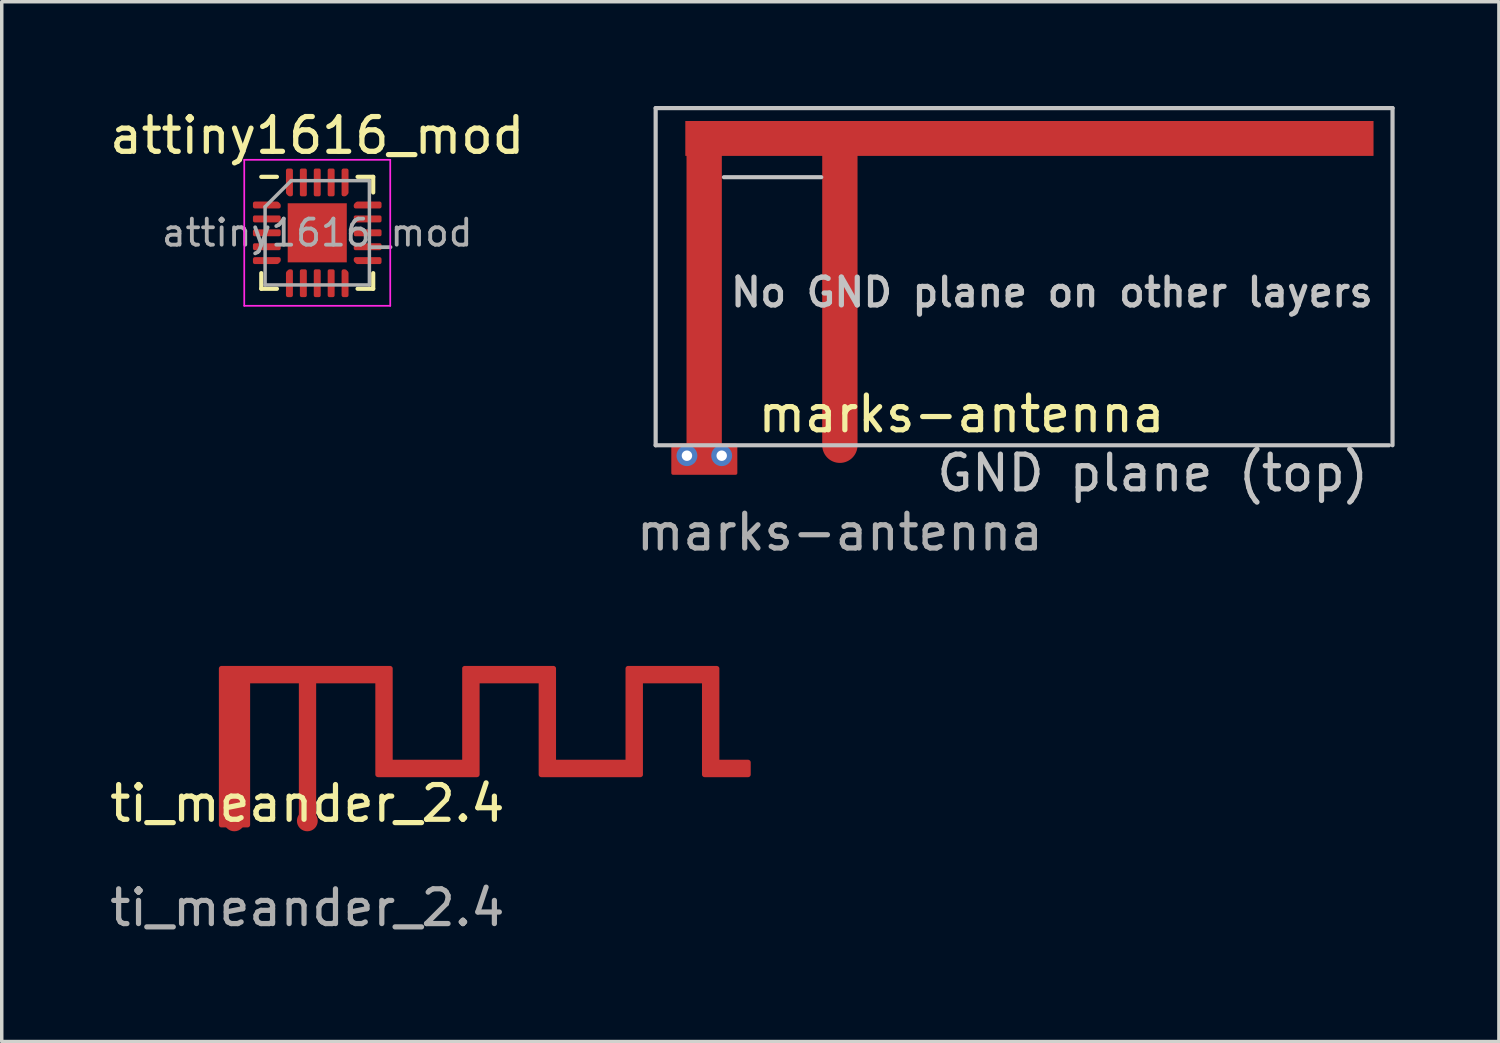
<source format=kicad_pcb>
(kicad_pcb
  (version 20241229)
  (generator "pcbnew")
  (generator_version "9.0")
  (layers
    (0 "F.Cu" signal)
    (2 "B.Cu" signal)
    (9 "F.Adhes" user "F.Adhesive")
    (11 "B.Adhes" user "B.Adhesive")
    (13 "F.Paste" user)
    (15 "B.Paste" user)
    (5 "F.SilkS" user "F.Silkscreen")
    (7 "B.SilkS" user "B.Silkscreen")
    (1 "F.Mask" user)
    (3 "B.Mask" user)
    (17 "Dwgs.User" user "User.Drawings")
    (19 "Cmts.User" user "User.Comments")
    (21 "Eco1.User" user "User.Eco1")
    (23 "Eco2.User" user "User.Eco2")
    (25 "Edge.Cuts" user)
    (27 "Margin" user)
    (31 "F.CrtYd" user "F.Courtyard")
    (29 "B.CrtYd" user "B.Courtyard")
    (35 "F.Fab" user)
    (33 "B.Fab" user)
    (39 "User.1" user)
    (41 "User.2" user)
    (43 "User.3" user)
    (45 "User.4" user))
  (footprint "marks-antenna"
    (layer "F.Cu")
    (at 21.113 9.76)
    (property "Reference" "marks-antenna" (at 3.5 -0.9 0) (unlocked yes) (layer "F.SilkS") (effects (font (size 1 1) (thickness 0.15))))
    (attr through_hole)
    (fp_line (start -3.904 -8.4) (end -3.904 0) (stroke (width 1.016) (type solid)) (layer "F.Cu"))
    (fp_line (start 0 -8.4) (end 0 0) (stroke (width 1.016) (type solid)) (layer "F.Cu"))
    (fp_poly (pts (xy -3 0.8) (xy -4.8 0.8) (xy -4.8 0) (xy -3 0)) (stroke (width 0.1) (type solid)) (fill yes) (layer "F.Cu"))
    (fp_poly (pts (xy 15.353 -8.325) (xy -4.447 -8.325) (xy -4.447 -9.329) (xy 15.353 -9.329)) (stroke (width 0) (type solid)) (fill yes) (layer "F.Cu"))
    (fp_line (start -5.3 -9.7) (end 15.9 -9.7) (stroke (width 0.12) (type solid)) (layer "Dwgs.User"))
    (fp_line (start -5.3 0) (end -5.3 -9.7) (stroke (width 0.12) (type solid)) (layer "Dwgs.User"))
    (fp_line (start -5.3 0) (end 15.8 0) (stroke (width 0.12) (type solid)) (layer "Dwgs.User"))
    (fp_line (start -3.336 -7.712) (end -0.536 -7.712) (stroke (width 0.12) (type solid)) (layer "Dwgs.User"))
    (fp_line (start 15.9 -9.7) (end 15.9 0) (stroke (width 0.12) (type solid)) (layer "Dwgs.User"))
    (fp_text user "No GND plane on other layers" (at 6.1 -4.4 0) (unlocked yes) (layer "Dwgs.User") (effects (font (size 0.8 0.8) (thickness 0.15))))
    (fp_text user "GND plane (top)" (at 9 0.8 0) (unlocked yes) (layer "Dwgs.User") (effects (font (size 1 1) (thickness 0.15))))
    (fp_text user "${REFERENCE}" (at 0 2.5 0) (unlocked yes) (layer "F.Fab") (effects (font (size 1 1) (thickness 0.15))))
    (pad "1" smd circle (at 0 0) (size 0.6 0.6) (layers "F.Cu" "F.Mask" "F.Paste"))
    (pad "GND1" thru_hole circle (at -4.4 0.3) (size 0.6 0.6) (drill 0.3) (layers "*.Cu" "*.Mask"))
    (pad "GND2" thru_hole circle (at -3.4 0.3) (size 0.6 0.6) (drill 0.3) (layers "*.Cu" "*.Mask")))
  (footprint "attiny1616_mod"
    (layer "F.Cu")
    (at 6.077 3.648)
    (property "Reference" "attiny1616_mod" (at 0 -2.8 0) (layer "F.SilkS") (effects (font (size 1 1) (thickness 0.15))))
    (attr smd)
    (fp_line (start -1.61 1.61) (end -1.61 1.16) (stroke (width 0.12) (type solid)) (layer "F.SilkS"))
    (fp_line (start -1.16 -1.61) (end -1.61 -1.61) (stroke (width 0.12) (type solid)) (layer "F.SilkS"))
    (fp_line (start -1.16 1.61) (end -1.61 1.61) (stroke (width 0.12) (type solid)) (layer "F.SilkS"))
    (fp_line (start 1.16 -1.61) (end 1.61 -1.61) (stroke (width 0.12) (type solid)) (layer "F.SilkS"))
    (fp_line (start 1.16 1.61) (end 1.61 1.61) (stroke (width 0.12) (type solid)) (layer "F.SilkS"))
    (fp_line (start 1.61 -1.61) (end 1.61 -1.16) (stroke (width 0.12) (type solid)) (layer "F.SilkS"))
    (fp_line (start 1.61 1.61) (end 1.61 1.16) (stroke (width 0.12) (type solid)) (layer "F.SilkS"))
    (fp_line (start -2.1 -2.1) (end -2.1 2.1) (stroke (width 0.05) (type solid)) (layer "F.CrtYd"))
    (fp_line (start -2.1 2.1) (end 2.1 2.1) (stroke (width 0.05) (type solid)) (layer "F.CrtYd"))
    (fp_line (start 2.1 -2.1) (end -2.1 -2.1) (stroke (width 0.05) (type solid)) (layer "F.CrtYd"))
    (fp_line (start 2.1 2.1) (end 2.1 -2.1) (stroke (width 0.05) (type solid)) (layer "F.CrtYd"))
    (fp_line (start -1.5 -0.75) (end -0.75 -1.5) (stroke (width 0.1) (type solid)) (layer "F.Fab"))
    (fp_line (start -1.5 1.5) (end -1.5 -0.75) (stroke (width 0.1) (type solid)) (layer "F.Fab"))
    (fp_line (start -0.75 -1.5) (end 1.5 -1.5) (stroke (width 0.1) (type solid)) (layer "F.Fab"))
    (fp_line (start 1.5 -1.5) (end 1.5 1.5) (stroke (width 0.1) (type solid)) (layer "F.Fab"))
    (fp_line (start 1.5 1.5) (end -1.5 1.5) (stroke (width 0.1) (type solid)) (layer "F.Fab"))
    (fp_text user "${REFERENCE}" (at 0 0 0) (layer "F.Fab") (effects (font (size 0.75 0.75) (thickness 0.11))))
    (pad "" smd roundrect (at -0.425 -0.425) (size 0.69 0.69) (layers "F.Paste") (roundrect_rratio 0.25))
    (pad "" smd roundrect (at -0.425 0.425) (size 0.69 0.69) (layers "F.Paste") (roundrect_rratio 0.25))
    (pad "" smd roundrect (at 0.425 -0.425) (size 0.69 0.69) (layers "F.Paste") (roundrect_rratio 0.25))
    (pad "" smd roundrect (at 0.425 0.425) (size 0.69 0.69) (layers "F.Paste") (roundrect_rratio 0.25))
    (pad "1" smd custom (at -1.45 -0.8) (size 0.143 0.143) (layers "F.Cu" "F.Mask" "F.Paste") (options (anchor circle)) (primitives (gr_poly (pts (xy -0.35 -0.05) (xy 0.299 -0.05) (xy 0.35 0.001) (xy 0.35 0.05) (xy -0.35 0.05)) (width 0.1) (fill yes))))
    (pad "2" smd roundrect (at -1.45 -0.4) (size 0.8 0.2) (layers "F.Cu" "F.Mask" "F.Paste") (roundrect_rratio 0.25))
    (pad "3" smd roundrect (at -1.45 0) (size 0.8 0.2) (layers "F.Cu" "F.Mask" "F.Paste") (roundrect_rratio 0.25))
    (pad "4" smd roundrect (at -1.45 0.4) (size 0.8 0.2) (layers "F.Cu" "F.Mask" "F.Paste") (roundrect_rratio 0.25))
    (pad "5" smd custom (at -1.45 0.8) (size 0.143 0.143) (layers "F.Cu" "F.Mask" "F.Paste") (options (anchor circle)) (primitives (gr_poly (pts (xy -0.35 -0.05) (xy 0.35 -0.05) (xy 0.35 -0.001) (xy 0.299 0.05) (xy -0.35 0.05)) (width 0.1) (fill yes))))
    (pad "6" smd custom (at -0.8 1.45) (size 0.143 0.143) (layers "F.Cu" "F.Mask" "F.Paste") (options (anchor circle)) (primitives (gr_poly (pts (xy -0.05 -0.299) (xy 0.001 -0.35) (xy 0.05 -0.35) (xy 0.05 0.35) (xy -0.05 0.35)) (width 0.1) (fill yes))))
    (pad "7" smd roundrect (at -0.4 1.45) (size 0.2 0.8) (layers "F.Cu" "F.Mask" "F.Paste") (roundrect_rratio 0.25))
    (pad "8" smd roundrect (at 0 1.45) (size 0.2 0.8) (layers "F.Cu" "F.Mask" "F.Paste") (roundrect_rratio 0.25))
    (pad "9" smd roundrect (at 0.4 1.45) (size 0.2 0.8) (layers "F.Cu" "F.Mask" "F.Paste") (roundrect_rratio 0.25))
    (pad "10" smd custom (at 0.8 1.45) (size 0.143 0.143) (layers "F.Cu" "F.Mask" "F.Paste") (options (anchor circle)) (primitives (gr_poly (pts (xy -0.05 -0.35) (xy -0.001 -0.35) (xy 0.05 -0.299) (xy 0.05 0.35) (xy -0.05 0.35)) (width 0.1) (fill yes))))
    (pad "11" smd custom (at 1.45 0.8) (size 0.143 0.143) (layers "F.Cu" "F.Mask" "F.Paste") (options (anchor circle)) (primitives (gr_poly (pts (xy -0.35 -0.05) (xy 0.35 -0.05) (xy 0.35 0.05) (xy -0.299 0.05) (xy -0.35 -0.001)) (width 0.1) (fill yes))))
    (pad "12" smd roundrect (at 1.45 0.4) (size 0.8 0.2) (layers "F.Cu" "F.Mask" "F.Paste") (roundrect_rratio 0.25))
    (pad "13" smd roundrect (at 1.45 0) (size 0.8 0.2) (layers "F.Cu" "F.Mask" "F.Paste") (roundrect_rratio 0.25))
    (pad "14" smd roundrect (at 1.45 -0.4) (size 0.8 0.2) (layers "F.Cu" "F.Mask" "F.Paste") (roundrect_rratio 0.25))
    (pad "15" smd custom (at 1.45 -0.8) (size 0.143 0.143) (layers "F.Cu" "F.Mask" "F.Paste") (options (anchor circle)) (primitives (gr_poly (pts (xy -0.35 0.001) (xy -0.299 -0.05) (xy 0.35 -0.05) (xy 0.35 0.05) (xy -0.35 0.05)) (width 0.1) (fill yes))))
    (pad "16" smd custom (at 0.8 -1.45) (size 0.143 0.143) (layers "F.Cu" "F.Mask" "F.Paste") (options (anchor circle)) (primitives (gr_poly (pts (xy -0.05 -0.35) (xy 0.05 -0.35) (xy 0.05 0.299) (xy -0.001 0.35) (xy -0.05 0.35)) (width 0.1) (fill yes))))
    (pad "17" smd roundrect (at 0.4 -1.45) (size 0.2 0.8) (layers "F.Cu" "F.Mask" "F.Paste") (roundrect_rratio 0.25))
    (pad "18" smd roundrect (at 0 -1.45) (size 0.2 0.8) (layers "F.Cu" "F.Mask" "F.Paste") (roundrect_rratio 0.25))
    (pad "19" smd roundrect (at -0.4 -1.45) (size 0.2 0.8) (layers "F.Cu" "F.Mask" "F.Paste") (roundrect_rratio 0.25))
    (pad "20" smd custom (at -0.8 -1.45) (size 0.143 0.143) (layers "F.Cu" "F.Mask" "F.Paste") (options (anchor circle)) (primitives (gr_poly (pts (xy -0.05 -0.35) (xy 0.05 -0.35) (xy 0.05 0.35) (xy 0.001 0.35) (xy -0.05 0.299)) (width 0.1) (fill yes))))
    (pad "21" smd rect (at 0 0) (size 1.7 1.7) (layers "F.Cu" "F.Mask")))
  (footprint "ti_meander_2.4"
    (layer "F.Cu")
    (at 5.792 20.566)
    (property "Reference" "ti_meander_2.4" (at 0 -0.5 0) (unlocked yes) (layer "F.SilkS") (effects (font (size 1 1) (thickness 0.15))))
    (attr through_hole)
    (fp_poly (pts (xy -2.469 0.188) (xy -1.72 0.188) (xy -1.707 0.187) (xy -1.694 0.184) (xy -1.683 0.178) (xy -1.672 0.171) (xy -1.663 0.162) (xy -1.656 0.151) (xy -1.65 0.139) (xy -1.647 0.127) (xy -1.646 0.114) (xy -1.646 -3.957) (xy -0.244 -3.957) (xy -0.244 -0.048) (xy -0.243 -0.035) (xy -0.239 -0.023) (xy -0.234 -0.011) (xy -0.227 -0.001) (xy -0.218 0.008) (xy -0.207 0.016) (xy -0.195 0.021) (xy -0.183 0.024) (xy -0.17 0.025) (xy -0.147 0.023) (xy -0.088 0.008) (xy 0 0) (xy 0.072 0.005) (xy 0.157 0.025) (xy 0.18 0.03) (xy 0.194 0.029) (xy 0.206 0.026) (xy 0.218 0.02) (xy 0.229 0.013) (xy 0.239 0.003) (xy 0.246 -0.008) (xy 0.252 -0.02) (xy 0.255 -0.032) (xy 0.254 -0.046) (xy 0.254 -3.957) (xy 1.956 -3.957) (xy 1.956 -1.333) (xy 1.957 -1.321) (xy 1.96 -1.308) (xy 1.966 -1.297) (xy 1.973 -1.286) (xy 1.982 -1.277) (xy 1.993 -1.27) (xy 2.004 -1.264) (xy 2.017 -1.261) (xy 2.029 -1.257) (xy 4.879 -1.257) (xy 4.893 -1.258) (xy 4.905 -1.262) (xy 4.917 -1.268) (xy 4.928 -1.275) (xy 4.938 -1.285) (xy 4.945 -1.295) (xy 4.951 -1.307) (xy 4.954 -1.32) (xy 4.956 -1.333) (xy 4.956 -3.957) (xy 6.655 -3.957) (xy 6.655 -1.333) (xy 6.656 -1.32) (xy 6.659 -1.307) (xy 6.665 -1.295) (xy 6.673 -1.285) (xy 6.682 -1.275) (xy 6.693 -1.268) (xy 6.705 -1.262) (xy 6.718 -1.258) (xy 6.731 -1.257) (xy 9.581 -1.257) (xy 9.594 -1.258) (xy 9.607 -1.262) (xy 9.619 -1.268) (xy 9.63 -1.275) (xy 9.639 -1.285) (xy 9.647 -1.295) (xy 9.652 -1.307) (xy 9.656 -1.32) (xy 9.655 -1.333) (xy 9.655 -3.957) (xy 11.354 -3.957) (xy 11.354 -1.333) (xy 11.355 -1.32) (xy 11.358 -1.307) (xy 11.364 -1.295) (xy 11.372 -1.285) (xy 11.381 -1.275) (xy 11.392 -1.268) (xy 11.404 -1.262) (xy 11.417 -1.258) (xy 11.43 -1.257) (xy 12.68 -1.257) (xy 12.693 -1.258) (xy 12.706 -1.262) (xy 12.718 -1.268) (xy 12.729 -1.275) (xy 12.738 -1.285) (xy 12.746 -1.295) (xy 12.751 -1.307) (xy 12.755 -1.32) (xy 12.756 -1.333) (xy 12.756 -1.681) (xy 12.755 -1.695) (xy 12.751 -1.708) (xy 12.746 -1.72) (xy 12.738 -1.73) (xy 12.729 -1.74) (xy 12.718 -1.747) (xy 12.706 -1.753) (xy 12.693 -1.757) (xy 12.68 -1.758) (xy 11.854 -1.758) (xy 11.854 -4.381) (xy 11.853 -4.394) (xy 11.85 -4.407) (xy 11.844 -4.418) (xy 11.837 -4.429) (xy 11.828 -4.438) (xy 11.817 -4.445) (xy 11.806 -4.451) (xy 11.793 -4.454) (xy 11.781 -4.458) (xy 9.23 -4.458) (xy 9.217 -4.457) (xy 9.204 -4.453) (xy 9.192 -4.447) (xy 9.181 -4.44) (xy 9.172 -4.43) (xy 9.164 -4.42) (xy 9.159 -4.408) (xy 9.155 -4.395) (xy 9.154 -4.381) (xy 9.154 -1.758) (xy 7.155 -1.758) (xy 7.155 -4.381) (xy 7.154 -4.395) (xy 7.151 -4.408) (xy 7.145 -4.42) (xy 7.137 -4.43) (xy 7.128 -4.44) (xy 7.117 -4.447) (xy 7.105 -4.453) (xy 7.092 -4.457) (xy 7.079 -4.458) (xy 4.529 -4.458) (xy 4.516 -4.457) (xy 4.503 -4.453) (xy 4.491 -4.447) (xy 4.48 -4.44) (xy 4.47 -4.43) (xy 4.463 -4.42) (xy 4.457 -4.408) (xy 4.454 -4.395) (xy 4.455 -4.381) (xy 4.455 -1.758) (xy 2.456 -1.758) (xy 2.456 -4.381) (xy 2.455 -4.395) (xy 2.452 -4.408) (xy 2.446 -4.42) (xy 2.438 -4.43) (xy 2.429 -4.44) (xy 2.418 -4.447) (xy 2.406 -4.453) (xy 2.393 -4.457) (xy 2.38 -4.458) (xy -2.469 -4.458) (xy -2.482 -4.457) (xy -2.495 -4.453) (xy -2.507 -4.447) (xy -2.518 -4.44) (xy -2.527 -4.43) (xy -2.535 -4.42) (xy -2.54 -4.408) (xy -2.544 -4.395) (xy -2.545 -4.381) (xy -2.545 0.114) (xy -2.544 0.128) (xy -2.54 0.14) (xy -2.535 0.152) (xy -2.527 0.163) (xy -2.518 0.173) (xy -2.507 0.18) (xy -2.495 0.186) (xy -2.482 0.189)) (stroke (width 0) (type solid)) (fill yes) (layer "F.Cu"))
    (fp_text user "${REFERENCE}" (at 0 2.5 0) (unlocked yes) (layer "F.Fab") (effects (font (size 1 1) (thickness 0.15))))
    (pad "1" smd circle (at 0 0) (size 0.6 0.6) (layers "F.Cu" "F.Mask" "F.Paste"))
    (pad "2" smd circle (at -2.1 0) (size 0.6 0.6) (layers "F.Cu" "F.Mask" "F.Paste")))
  (gr_rect
    (start -3 -3)
    (end 40.073 26.914)
    (stroke (width 0.1) (type default))
    (fill no)
    (layer "Edge.Cuts")))
</source>
